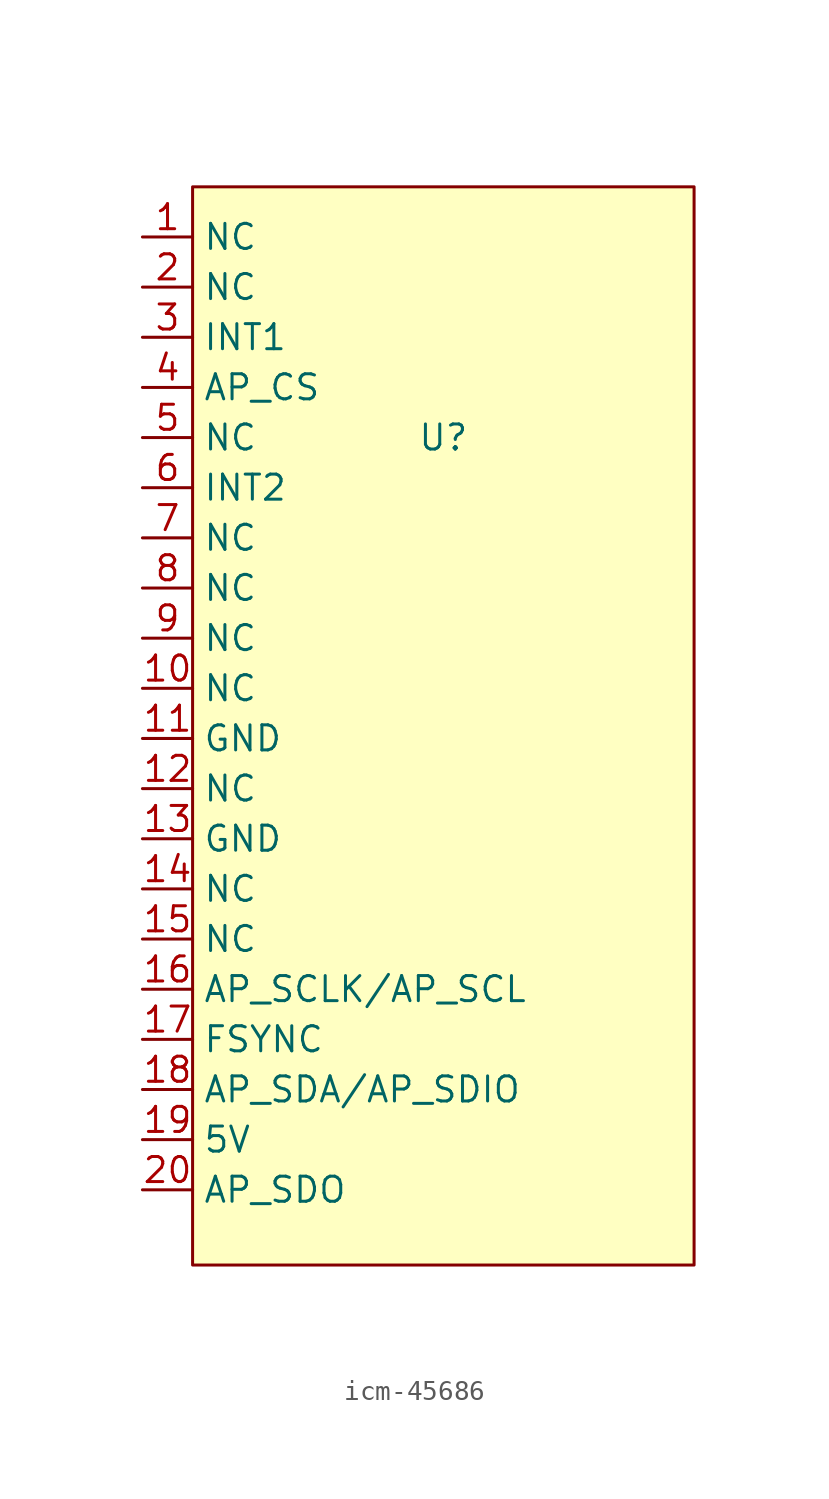
<source format=kicad_sym>
(kicad_symbol_lib
  (version 20241209)
  (generator "kicad_symbol_editor")
  (generator_version "9.0")
  (symbol "icm-45686"
    (property "Reference" "U"
      (at 0 0 0)
      (effects (font (size 1.27 1.27))))
    (property "Value" ""
      (at 0 0 0)
      (effects (font (size 1.27 1.27))))
    (symbol "icm-45686_1_1"
      (rectangle (start -12.7 12.7) (end 12.7 -41.91) (stroke (width 0) (type solid)) (fill (type background)))
      (pin bidirectional line (at -15.24 10.16 0) (length 2.54) (name "NC" (effects (font (size 1.27 1.27)))) (number "1" (effects (font (size 1.27 1.27)))))
      (pin bidirectional line (at -15.24 7.62 0) (length 2.54) (name "NC" (effects (font (size 1.27 1.27)))) (number "2" (effects (font (size 1.27 1.27)))))
      (pin bidirectional line (at -15.24 5.08 0) (length 2.54) (name "INT1" (effects (font (size 1.27 1.27)))) (number "3" (effects (font (size 1.27 1.27)))))
      (pin bidirectional line (at -15.24 2.54 0) (length 2.54) (name "AP_CS" (effects (font (size 1.27 1.27)))) (number "4" (effects (font (size 1.27 1.27)))))
      (pin bidirectional line (at -15.24 0 0) (length 2.54) (name "NC" (effects (font (size 1.27 1.27)))) (number "5" (effects (font (size 1.27 1.27)))))
      (pin bidirectional line (at -15.24 -2.54 0) (length 2.54) (name "INT2" (effects (font (size 1.27 1.27)))) (number "6" (effects (font (size 1.27 1.27)))))
      (pin bidirectional line (at -15.24 -5.08 0) (length 2.54) (name "NC" (effects (font (size 1.27 1.27)))) (number "7" (effects (font (size 1.27 1.27)))))
      (pin bidirectional line (at -15.24 -7.62 0) (length 2.54) (name "NC" (effects (font (size 1.27 1.27)))) (number "8" (effects (font (size 1.27 1.27)))))
      (pin bidirectional line (at -15.24 -10.16 0) (length 2.54) (name "NC" (effects (font (size 1.27 1.27)))) (number "9" (effects (font (size 1.27 1.27)))))
      (pin bidirectional line (at -15.24 -12.7 0) (length 2.54) (name "NC" (effects (font (size 1.27 1.27)))) (number "10" (effects (font (size 1.27 1.27)))))
      (pin bidirectional line (at -15.24 -15.24 0) (length 2.54) (name "GND" (effects (font (size 1.27 1.27)))) (number "11" (effects (font (size 1.27 1.27)))))
      (pin bidirectional line (at -15.24 -17.78 0) (length 2.54) (name "NC" (effects (font (size 1.27 1.27)))) (number "12" (effects (font (size 1.27 1.27)))))
      (pin bidirectional line (at -15.24 -20.32 0) (length 2.54) (name "GND" (effects (font (size 1.27 1.27)))) (number "13" (effects (font (size 1.27 1.27)))))
      (pin bidirectional line (at -15.24 -22.86 0) (length 2.54) (name "NC" (effects (font (size 1.27 1.27)))) (number "14" (effects (font (size 1.27 1.27)))))
      (pin bidirectional line (at -15.24 -25.4 0) (length 2.54) (name "NC" (effects (font (size 1.27 1.27)))) (number "15" (effects (font (size 1.27 1.27)))))
      (pin bidirectional line (at -15.24 -27.94 0) (length 2.54) (name "AP_SCLK/AP_SCL" (effects (font (size 1.27 1.27)))) (number "16" (effects (font (size 1.27 1.27)))))
      (pin bidirectional line (at -15.24 -30.48 0) (length 2.54) (name "FSYNC" (effects (font (size 1.27 1.27)))) (number "17" (effects (font (size 1.27 1.27)))))
      (pin bidirectional line (at -15.24 -33.02 0) (length 2.54) (name "AP_SDA/AP_SDIO" (effects (font (size 1.27 1.27)))) (number "18" (effects (font (size 1.27 1.27)))))
      (pin bidirectional line (at -15.24 -35.56 0) (length 2.54) (name "5V" (effects (font (size 1.27 1.27)))) (number "19" (effects (font (size 1.27 1.27)))))
      (pin bidirectional line (at -15.24 -38.1 0) (length 2.54) (name "AP_SDO" (effects (font (size 1.27 1.27)))) (number "20" (effects (font (size 1.27 1.27))))))))
</source>
